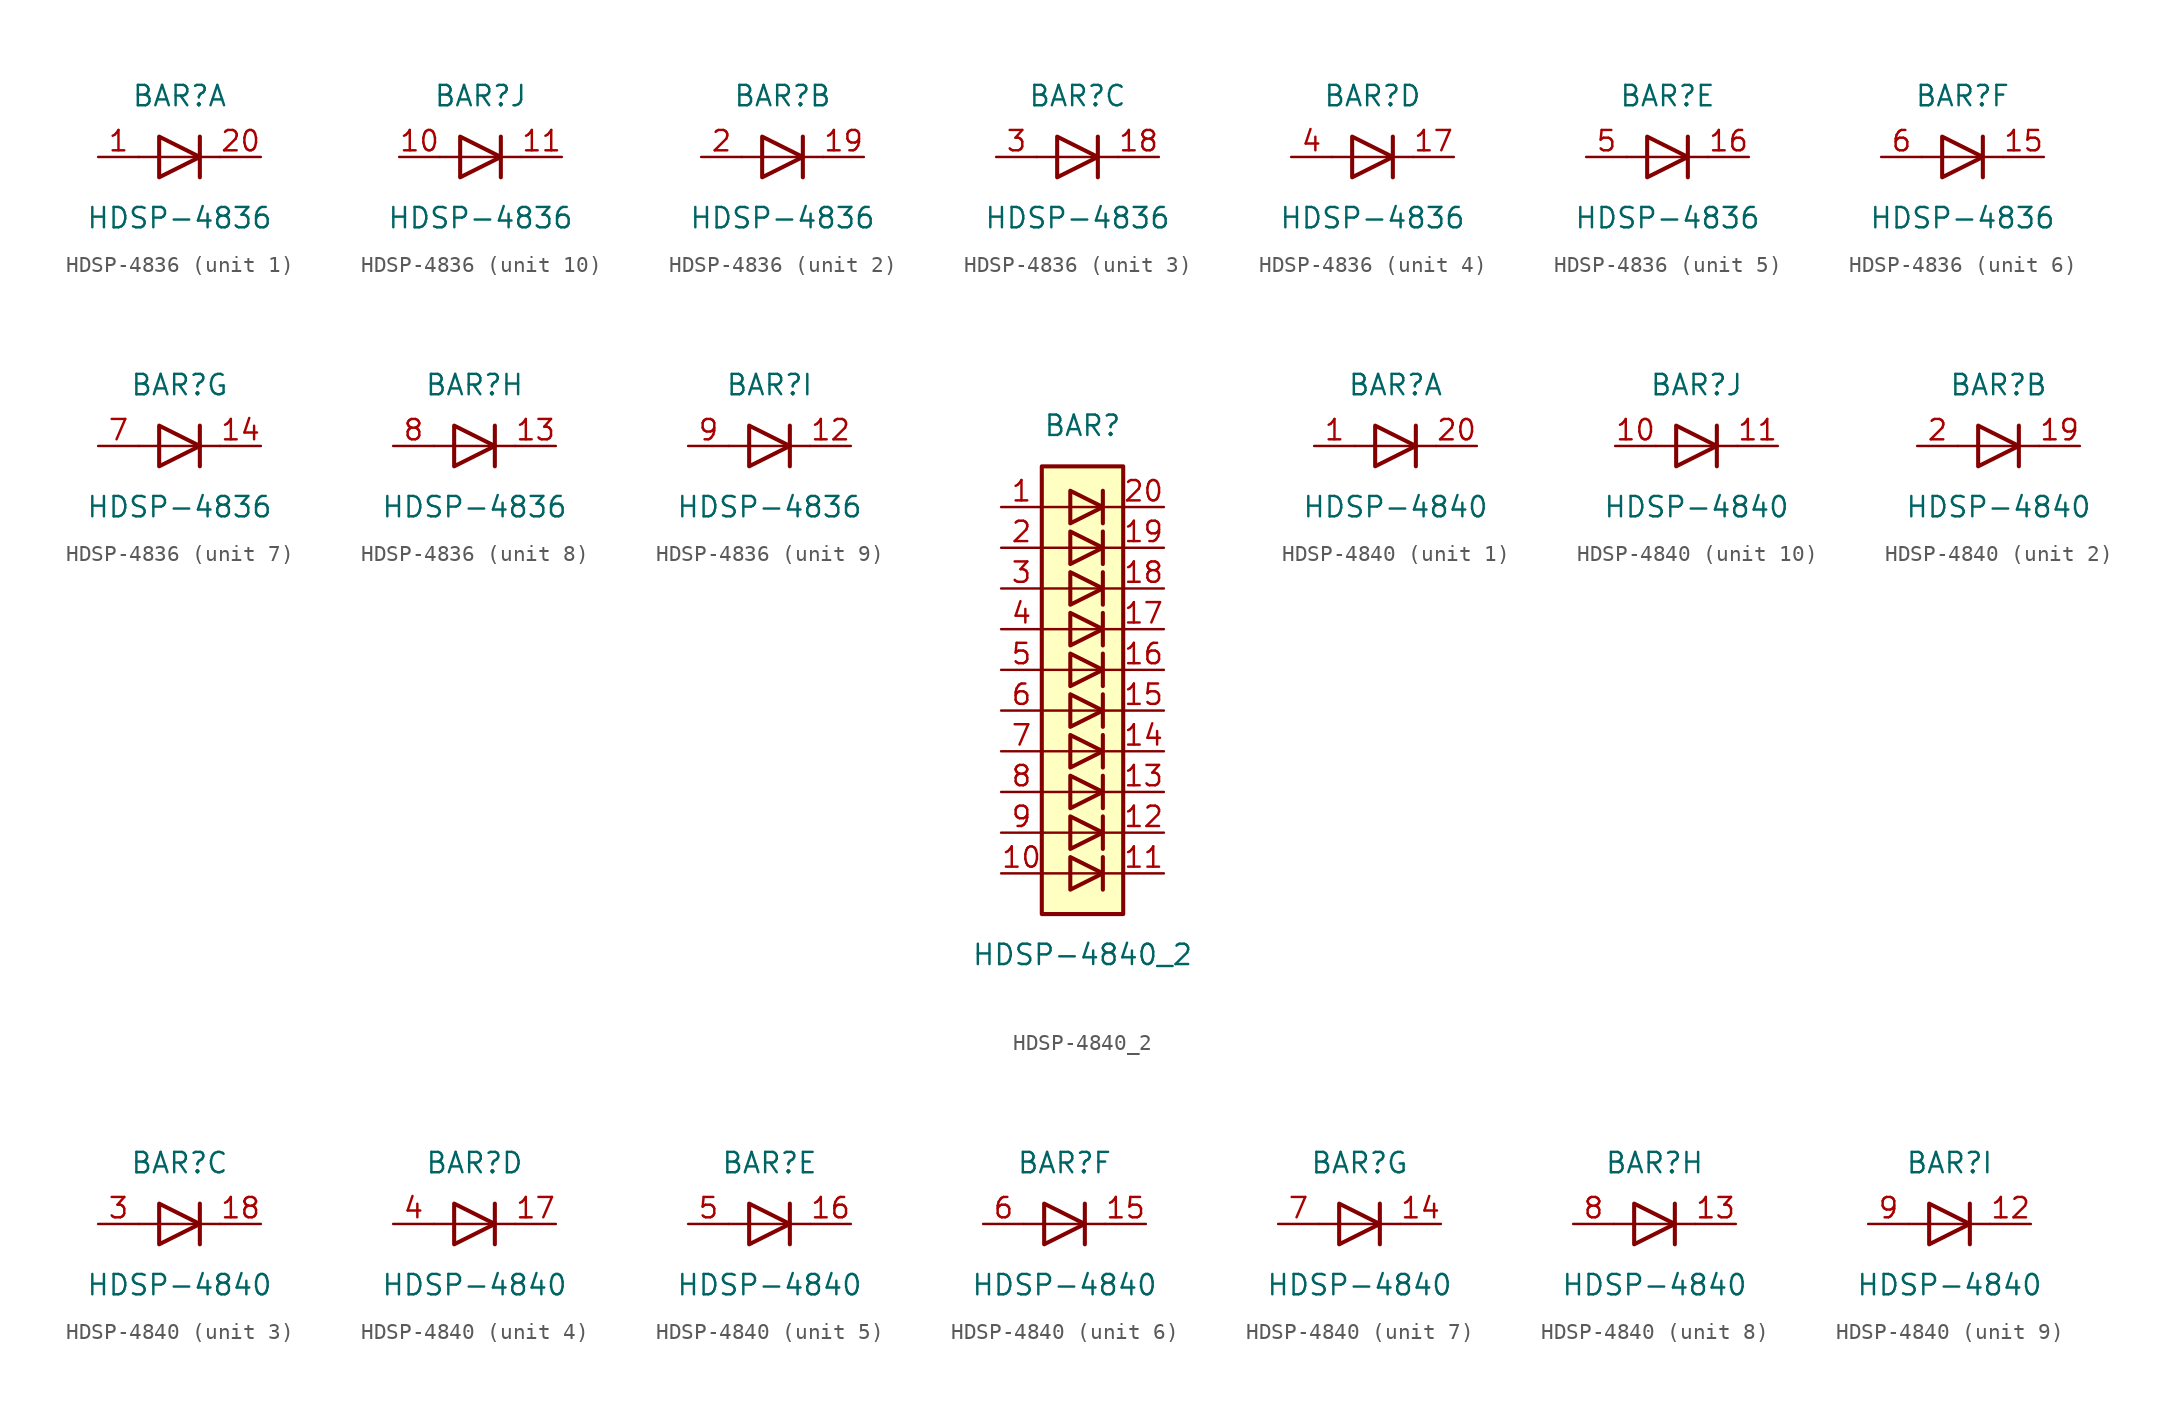
<source format=kicad_sym>
(kicad_symbol_lib
  (version 20201005)
  (generator kicad_symbol_editor)
  (symbol "HDSP-4836"
    (pin_names
      (offset 1.016) hide)
    (property "Reference" "BAR"
      (at 0 3.81 0)
      (effects (font (size 1.27 1.27))))
    (property "Value" "HDSP-4836"
      (at 0 -3.81 0)
      (effects (font (size 1.27 1.27))))
    (symbol "HDSP-4836_0_1"
      (polyline (pts (xy -2.54 0) (xy 2.54 0)) (stroke (width 0)) (fill (type none)))
      (polyline (pts (xy 1.27 -1.27) (xy 1.27 1.27)) (stroke (width 0.254)) (fill (type none)))
      (polyline (pts (xy -1.27 1.27) (xy -1.27 -1.27) (xy 1.27 0) (xy -1.27 1.27)) (stroke (width 0.254)) (fill (type none))))
    (symbol "HDSP-4836_1_1"
      (pin passive line (at -5.08 0 0) (length 2.54) (name "A" (effects (font (size 1.27 1.27)))) (number "1" (effects (font (size 1.27 1.27)))))
      (pin passive line (at 5.08 0 180) (length 2.54) (name "K" (effects (font (size 1.27 1.27)))) (number "20" (effects (font (size 1.27 1.27))))))
    (symbol "HDSP-4836_2_1"
      (pin passive line (at 5.08 0 180) (length 2.54) (name "K" (effects (font (size 1.27 1.27)))) (number "19" (effects (font (size 1.27 1.27)))))
      (pin passive line (at -5.08 0 0) (length 2.54) (name "A" (effects (font (size 1.27 1.27)))) (number "2" (effects (font (size 1.27 1.27))))))
    (symbol "HDSP-4836_3_1"
      (pin passive line (at 5.08 0 180) (length 2.54) (name "K" (effects (font (size 1.27 1.27)))) (number "18" (effects (font (size 1.27 1.27)))))
      (pin passive line (at -5.08 0 0) (length 2.54) (name "A" (effects (font (size 1.27 1.27)))) (number "3" (effects (font (size 1.27 1.27))))))
    (symbol "HDSP-4836_4_1"
      (pin passive line (at 5.08 0 180) (length 2.54) (name "K" (effects (font (size 1.27 1.27)))) (number "17" (effects (font (size 1.27 1.27)))))
      (pin passive line (at -5.08 0 0) (length 2.54) (name "A" (effects (font (size 1.27 1.27)))) (number "4" (effects (font (size 1.27 1.27))))))
    (symbol "HDSP-4836_5_1"
      (pin passive line (at 5.08 0 180) (length 2.54) (name "K" (effects (font (size 1.27 1.27)))) (number "16" (effects (font (size 1.27 1.27)))))
      (pin passive line (at -5.08 0 0) (length 2.54) (name "A" (effects (font (size 1.27 1.27)))) (number "5" (effects (font (size 1.27 1.27))))))
    (symbol "HDSP-4836_6_1"
      (pin passive line (at 5.08 0 180) (length 2.54) (name "K" (effects (font (size 1.27 1.27)))) (number "15" (effects (font (size 1.27 1.27)))))
      (pin passive line (at -5.08 0 0) (length 2.54) (name "A" (effects (font (size 1.27 1.27)))) (number "6" (effects (font (size 1.27 1.27))))))
    (symbol "HDSP-4836_7_1"
      (pin passive line (at 5.08 0 180) (length 2.54) (name "K" (effects (font (size 1.27 1.27)))) (number "14" (effects (font (size 1.27 1.27)))))
      (pin passive line (at -5.08 0 0) (length 2.54) (name "A" (effects (font (size 1.27 1.27)))) (number "7" (effects (font (size 1.27 1.27))))))
    (symbol "HDSP-4836_8_1"
      (pin passive line (at 5.08 0 180) (length 2.54) (name "K" (effects (font (size 1.27 1.27)))) (number "13" (effects (font (size 1.27 1.27)))))
      (pin passive line (at -5.08 0 0) (length 2.54) (name "A" (effects (font (size 1.27 1.27)))) (number "8" (effects (font (size 1.27 1.27))))))
    (symbol "HDSP-4836_9_1"
      (pin passive line (at 5.08 0 180) (length 2.54) (name "K" (effects (font (size 1.27 1.27)))) (number "12" (effects (font (size 1.27 1.27)))))
      (pin passive line (at -5.08 0 0) (length 2.54) (name "A" (effects (font (size 1.27 1.27)))) (number "9" (effects (font (size 1.27 1.27))))))
    (symbol "HDSP-4836_10_1"
      (pin passive line (at -5.08 0 0) (length 2.54) (name "A" (effects (font (size 1.27 1.27)))) (number "10" (effects (font (size 1.27 1.27)))))
      (pin passive line (at 5.08 0 180) (length 2.54) (name "K" (effects (font (size 1.27 1.27)))) (number "11" (effects (font (size 1.27 1.27)))))))
  (symbol "HDSP-4840_2"
    (pin_names
      (offset 1.016) hide)
    (property "Reference" "BAR"
      (at 0 15.24 0)
      (effects (font (size 1.27 1.27))))
    (property "Value" "HDSP-4840_2"
      (at 0 -17.78 0)
      (effects (font (size 1.27 1.27))))
    (symbol "HDSP-4840_2_0_1"
      (rectangle (start -2.54 12.7) (end 2.54 -15.24) (stroke (width 0.254)) (fill (type background)))
      (polyline (pts (xy -2.54 -12.7) (xy 2.54 -12.7)) (stroke (width 0)) (fill (type none)))
      (polyline (pts (xy -2.54 -10.16) (xy 2.54 -10.16)) (stroke (width 0)) (fill (type none)))
      (polyline (pts (xy -2.54 -7.62) (xy 2.54 -7.62)) (stroke (width 0)) (fill (type none)))
      (polyline (pts (xy -2.54 -5.08) (xy 2.54 -5.08)) (stroke (width 0)) (fill (type none)))
      (polyline (pts (xy -2.54 0) (xy 2.54 0)) (stroke (width 0)) (fill (type none)))
      (polyline (pts (xy -2.54 5.08) (xy 2.54 5.08)) (stroke (width 0)) (fill (type none)))
      (polyline (pts (xy -2.54 7.62) (xy 2.54 7.62)) (stroke (width 0)) (fill (type none)))
      (polyline (pts (xy -2.54 10.16) (xy 2.54 10.16)) (stroke (width 0)) (fill (type none)))
      (polyline (pts (xy 1.27 -11.684) (xy 1.27 -13.716)) (stroke (width 0.254)) (fill (type none)))
      (polyline (pts (xy 1.27 -9.144) (xy 1.27 -11.176)) (stroke (width 0.254)) (fill (type none)))
      (polyline (pts (xy 1.27 -6.604) (xy 1.27 -8.636)) (stroke (width 0.254)) (fill (type none)))
      (polyline (pts (xy 1.27 -4.064) (xy 1.27 -6.096)) (stroke (width 0.254)) (fill (type none)))
      (polyline (pts (xy 1.27 -1.524) (xy 1.27 -3.556)) (stroke (width 0.254)) (fill (type none)))
      (polyline (pts (xy 1.27 1.016) (xy 1.27 -1.016)) (stroke (width 0.254)) (fill (type none)))
      (polyline (pts (xy 1.27 3.556) (xy 1.27 1.524)) (stroke (width 0.254)) (fill (type none)))
      (polyline (pts (xy 1.27 6.096) (xy 1.27 4.064)) (stroke (width 0.254)) (fill (type none)))
      (polyline (pts (xy 1.27 8.636) (xy 1.27 6.604)) (stroke (width 0.254)) (fill (type none)))
      (polyline (pts (xy 1.27 11.176) (xy 1.27 9.144)) (stroke (width 0.254)) (fill (type none)))
      (polyline (pts (xy 2.54 -2.54) (xy -2.54 -2.54)) (stroke (width 0)) (fill (type none)))
      (polyline (pts (xy 2.54 2.54) (xy -2.54 2.54)) (stroke (width 0)) (fill (type none)))
      (polyline (pts (xy -0.762 -11.684) (xy -0.762 -13.716) (xy 1.27 -12.7) (xy -0.762 -11.684)) (stroke (width 0.254)) (fill (type none)))
      (polyline (pts (xy -0.762 -9.144) (xy -0.762 -11.176) (xy 1.27 -10.16) (xy -0.762 -9.144)) (stroke (width 0.254)) (fill (type none)))
      (polyline (pts (xy -0.762 -6.604) (xy -0.762 -8.636) (xy 1.27 -7.62) (xy -0.762 -6.604)) (stroke (width 0.254)) (fill (type none)))
      (polyline (pts (xy -0.762 -4.064) (xy -0.762 -6.096) (xy 1.27 -5.08) (xy -0.762 -4.064)) (stroke (width 0.254)) (fill (type none)))
      (polyline (pts (xy -0.762 -1.524) (xy -0.762 -3.556) (xy 1.27 -2.54) (xy -0.762 -1.524)) (stroke (width 0.254)) (fill (type none)))
      (polyline (pts (xy -0.762 1.016) (xy -0.762 -1.016) (xy 1.27 0) (xy -0.762 1.016)) (stroke (width 0.254)) (fill (type none)))
      (polyline (pts (xy -0.762 3.556) (xy -0.762 1.524) (xy 1.27 2.54) (xy -0.762 3.556)) (stroke (width 0.254)) (fill (type none)))
      (polyline (pts (xy -0.762 6.096) (xy -0.762 4.064) (xy 1.27 5.08) (xy -0.762 6.096)) (stroke (width 0.254)) (fill (type none)))
      (polyline (pts (xy -0.762 8.636) (xy -0.762 6.604) (xy 1.27 7.62) (xy -0.762 8.636)) (stroke (width 0.254)) (fill (type none)))
      (polyline (pts (xy -0.762 11.176) (xy -0.762 9.144) (xy 1.27 10.16) (xy -0.762 11.176)) (stroke (width 0.254)) (fill (type none))))
    (symbol "HDSP-4840_2_1_1"
      (pin passive line (at -5.08 10.16 0) (length 2.54) (name "A" (effects (font (size 1.27 1.27)))) (number "1" (effects (font (size 1.27 1.27)))))
      (pin passive line (at -5.08 -12.7 0) (length 2.54) (name "A" (effects (font (size 1.27 1.27)))) (number "10" (effects (font (size 1.27 1.27)))))
      (pin passive line (at 5.08 -12.7 180) (length 2.54) (name "K" (effects (font (size 1.27 1.27)))) (number "11" (effects (font (size 1.27 1.27)))))
      (pin passive line (at 5.08 -10.16 180) (length 2.54) (name "K" (effects (font (size 1.27 1.27)))) (number "12" (effects (font (size 1.27 1.27)))))
      (pin passive line (at 5.08 -7.62 180) (length 2.54) (name "K" (effects (font (size 1.27 1.27)))) (number "13" (effects (font (size 1.27 1.27)))))
      (pin passive line (at 5.08 -5.08 180) (length 2.54) (name "K" (effects (font (size 1.27 1.27)))) (number "14" (effects (font (size 1.27 1.27)))))
      (pin passive line (at 5.08 -2.54 180) (length 2.54) (name "K" (effects (font (size 1.27 1.27)))) (number "15" (effects (font (size 1.27 1.27)))))
      (pin passive line (at 5.08 0 180) (length 2.54) (name "K" (effects (font (size 1.27 1.27)))) (number "16" (effects (font (size 1.27 1.27)))))
      (pin passive line (at 5.08 2.54 180) (length 2.54) (name "K" (effects (font (size 1.27 1.27)))) (number "17" (effects (font (size 1.27 1.27)))))
      (pin passive line (at 5.08 5.08 180) (length 2.54) (name "K" (effects (font (size 1.27 1.27)))) (number "18" (effects (font (size 1.27 1.27)))))
      (pin passive line (at 5.08 7.62 180) (length 2.54) (name "K" (effects (font (size 1.27 1.27)))) (number "19" (effects (font (size 1.27 1.27)))))
      (pin passive line (at -5.08 7.62 0) (length 2.54) (name "A" (effects (font (size 1.27 1.27)))) (number "2" (effects (font (size 1.27 1.27)))))
      (pin passive line (at 5.08 10.16 180) (length 2.54) (name "K" (effects (font (size 1.27 1.27)))) (number "20" (effects (font (size 1.27 1.27)))))
      (pin passive line (at -5.08 5.08 0) (length 2.54) (name "A" (effects (font (size 1.27 1.27)))) (number "3" (effects (font (size 1.27 1.27)))))
      (pin passive line (at -5.08 2.54 0) (length 2.54) (name "A" (effects (font (size 1.27 1.27)))) (number "4" (effects (font (size 1.27 1.27)))))
      (pin passive line (at -5.08 0 0) (length 2.54) (name "A" (effects (font (size 1.27 1.27)))) (number "5" (effects (font (size 1.27 1.27)))))
      (pin passive line (at -5.08 -2.54 0) (length 2.54) (name "A" (effects (font (size 1.27 1.27)))) (number "6" (effects (font (size 1.27 1.27)))))
      (pin passive line (at -5.08 -5.08 0) (length 2.54) (name "A" (effects (font (size 1.27 1.27)))) (number "7" (effects (font (size 1.27 1.27)))))
      (pin passive line (at -5.08 -7.62 0) (length 2.54) (name "A" (effects (font (size 1.27 1.27)))) (number "8" (effects (font (size 1.27 1.27)))))
      (pin passive line (at -5.08 -10.16 0) (length 2.54) (name "A" (effects (font (size 1.27 1.27)))) (number "9" (effects (font (size 1.27 1.27)))))))
  (symbol "HDSP-4840"
    (pin_names
      (offset 1.016) hide)
    (property "Reference" "BAR"
      (at 0 3.81 0)
      (effects (font (size 1.27 1.27))))
    (property "Value" "HDSP-4840"
      (at 0 -3.81 0)
      (effects (font (size 1.27 1.27))))
    (symbol "HDSP-4840_0_1"
      (polyline (pts (xy -2.54 0) (xy 2.54 0)) (stroke (width 0)) (fill (type none)))
      (polyline (pts (xy 1.27 -1.27) (xy 1.27 1.27)) (stroke (width 0.254)) (fill (type none)))
      (polyline (pts (xy -1.27 1.27) (xy -1.27 -1.27) (xy 1.27 0) (xy -1.27 1.27)) (stroke (width 0.254)) (fill (type none))))
    (symbol "HDSP-4840_1_1"
      (pin passive line (at -5.08 0 0) (length 2.54) (name "A" (effects (font (size 1.27 1.27)))) (number "1" (effects (font (size 1.27 1.27)))))
      (pin passive line (at 5.08 0 180) (length 2.54) (name "K" (effects (font (size 1.27 1.27)))) (number "20" (effects (font (size 1.27 1.27))))))
    (symbol "HDSP-4840_2_1"
      (pin passive line (at 5.08 0 180) (length 2.54) (name "K" (effects (font (size 1.27 1.27)))) (number "19" (effects (font (size 1.27 1.27)))))
      (pin passive line (at -5.08 0 0) (length 2.54) (name "A" (effects (font (size 1.27 1.27)))) (number "2" (effects (font (size 1.27 1.27))))))
    (symbol "HDSP-4840_3_1"
      (pin passive line (at 5.08 0 180) (length 2.54) (name "K" (effects (font (size 1.27 1.27)))) (number "18" (effects (font (size 1.27 1.27)))))
      (pin passive line (at -5.08 0 0) (length 2.54) (name "A" (effects (font (size 1.27 1.27)))) (number "3" (effects (font (size 1.27 1.27))))))
    (symbol "HDSP-4840_4_1"
      (pin passive line (at 5.08 0 180) (length 2.54) (name "K" (effects (font (size 1.27 1.27)))) (number "17" (effects (font (size 1.27 1.27)))))
      (pin passive line (at -5.08 0 0) (length 2.54) (name "A" (effects (font (size 1.27 1.27)))) (number "4" (effects (font (size 1.27 1.27))))))
    (symbol "HDSP-4840_5_1"
      (pin passive line (at 5.08 0 180) (length 2.54) (name "K" (effects (font (size 1.27 1.27)))) (number "16" (effects (font (size 1.27 1.27)))))
      (pin passive line (at -5.08 0 0) (length 2.54) (name "A" (effects (font (size 1.27 1.27)))) (number "5" (effects (font (size 1.27 1.27))))))
    (symbol "HDSP-4840_6_1"
      (pin passive line (at 5.08 0 180) (length 2.54) (name "K" (effects (font (size 1.27 1.27)))) (number "15" (effects (font (size 1.27 1.27)))))
      (pin passive line (at -5.08 0 0) (length 2.54) (name "A" (effects (font (size 1.27 1.27)))) (number "6" (effects (font (size 1.27 1.27))))))
    (symbol "HDSP-4840_7_1"
      (pin passive line (at 5.08 0 180) (length 2.54) (name "K" (effects (font (size 1.27 1.27)))) (number "14" (effects (font (size 1.27 1.27)))))
      (pin passive line (at -5.08 0 0) (length 2.54) (name "A" (effects (font (size 1.27 1.27)))) (number "7" (effects (font (size 1.27 1.27))))))
    (symbol "HDSP-4840_8_1"
      (pin passive line (at 5.08 0 180) (length 2.54) (name "K" (effects (font (size 1.27 1.27)))) (number "13" (effects (font (size 1.27 1.27)))))
      (pin passive line (at -5.08 0 0) (length 2.54) (name "A" (effects (font (size 1.27 1.27)))) (number "8" (effects (font (size 1.27 1.27))))))
    (symbol "HDSP-4840_9_1"
      (pin passive line (at 5.08 0 180) (length 2.54) (name "K" (effects (font (size 1.27 1.27)))) (number "12" (effects (font (size 1.27 1.27)))))
      (pin passive line (at -5.08 0 0) (length 2.54) (name "A" (effects (font (size 1.27 1.27)))) (number "9" (effects (font (size 1.27 1.27))))))
    (symbol "HDSP-4840_10_1"
      (pin passive line (at -5.08 0 0) (length 2.54) (name "A" (effects (font (size 1.27 1.27)))) (number "10" (effects (font (size 1.27 1.27)))))
      (pin passive line (at 5.08 0 180) (length 2.54) (name "K" (effects (font (size 1.27 1.27)))) (number "11" (effects (font (size 1.27 1.27))))))))
</source>
